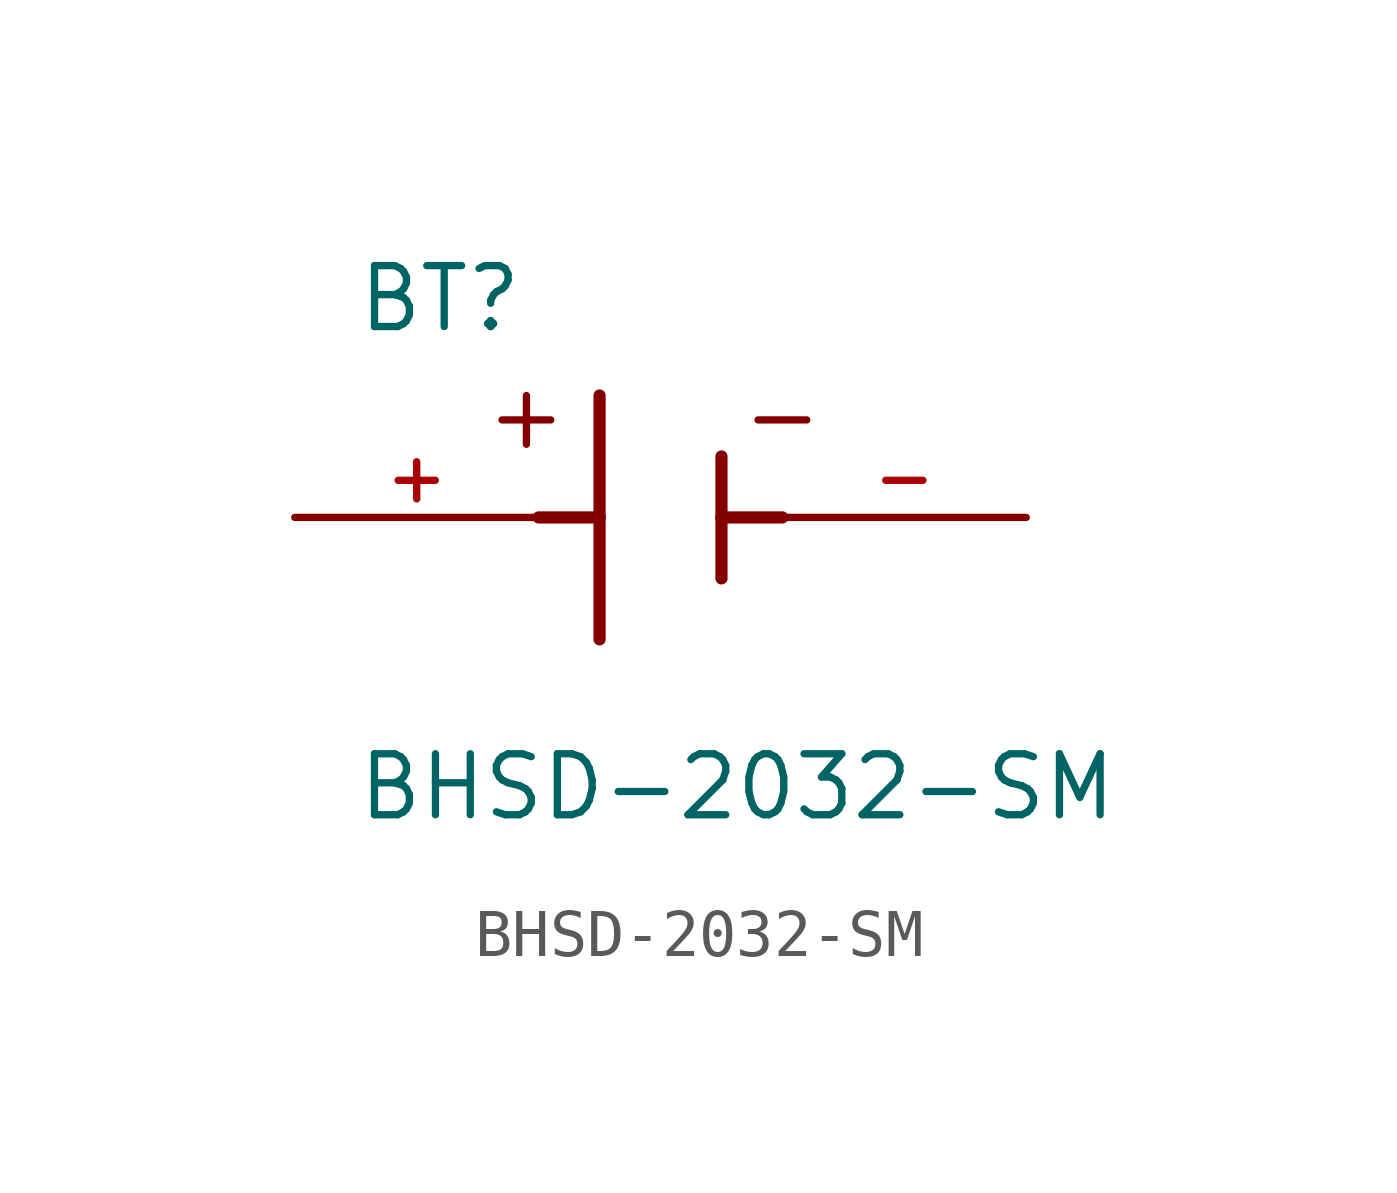
<source format=kicad_sym>
(kicad_symbol_lib
  (version 20211014)
  (generator kicad_symbol_editor)
  (symbol "BHSD-2032-SM"
    (pin_names
      (offset 1.016))
    (property "Reference" "BT"
      (at -6.361 3.814 0)
      (effects (font (size 1.27 1.27)) (justify bottom left)))
    (property "Value" "BHSD-2032-SM"
      (at -6.362 -6.358 0)
      (effects (font (size 1.27 1.27)) (justify bottom left)))
    (symbol "BHSD-2032-SM_0_0"
      (polyline (pts (xy -1.27 2.54) (xy -1.27 0.0)) (stroke (width 0.254)))
      (polyline (pts (xy -1.27 0.0) (xy -1.27 -2.54)) (stroke (width 0.254)))
      (polyline (pts (xy 1.27 1.27) (xy 1.27 0.0)) (stroke (width 0.254)))
      (polyline (pts (xy 1.27 0.0) (xy 1.27 -1.27)) (stroke (width 0.254)))
      (polyline (pts (xy -2.54 0.0) (xy -1.27 0.0)) (stroke (width 0.254)))
      (polyline (pts (xy 1.27 0.0) (xy 2.54 0.0)) (stroke (width 0.254)))
      (polyline (pts (xy -2.794 2.54) (xy -2.794 1.524)) (stroke (width 0.152)))
      (polyline (pts (xy -3.302 2.032) (xy -2.286 2.032)) (stroke (width 0.152)))
      (polyline (pts (xy 2.032 2.032) (xy 3.048 2.032)) (stroke (width 0.152)))
      (pin passive line (at -7.62 0.0 0) (length 5.08) (name "~" (effects (font (size 1.016 1.016)))) (number "+" (effects (font (size 1.016 1.016)))))
      (pin passive line (at 7.62 0.0 180.0) (length 5.08) (name "~" (effects (font (size 1.016 1.016)))) (number "-" (effects (font (size 1.016 1.016))))))))
</source>
